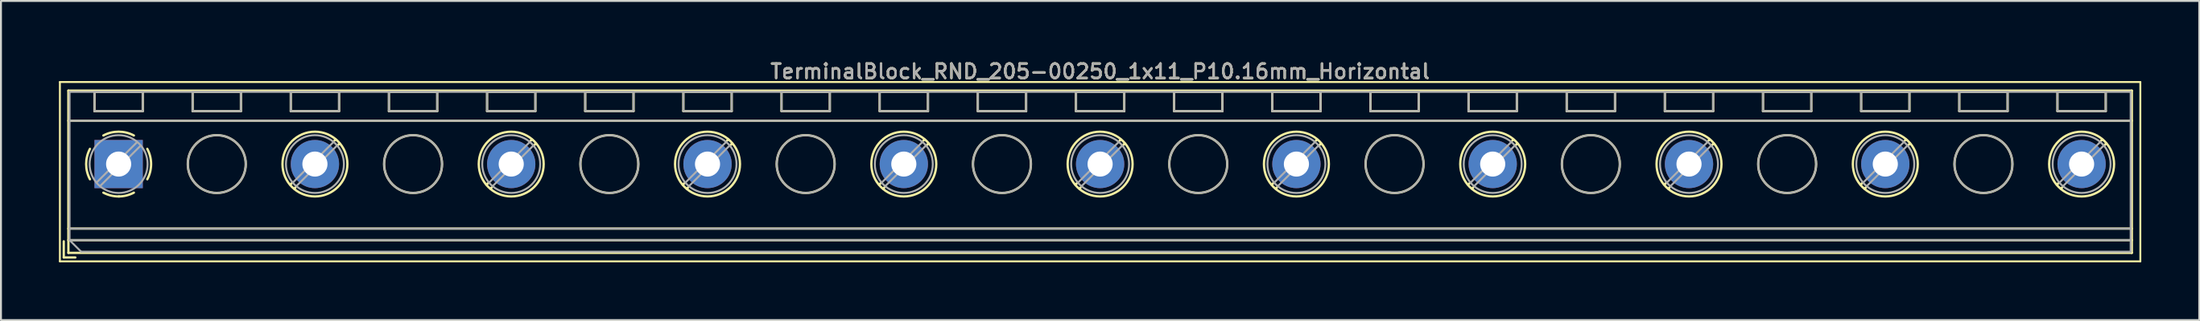
<source format=kicad_pcb>
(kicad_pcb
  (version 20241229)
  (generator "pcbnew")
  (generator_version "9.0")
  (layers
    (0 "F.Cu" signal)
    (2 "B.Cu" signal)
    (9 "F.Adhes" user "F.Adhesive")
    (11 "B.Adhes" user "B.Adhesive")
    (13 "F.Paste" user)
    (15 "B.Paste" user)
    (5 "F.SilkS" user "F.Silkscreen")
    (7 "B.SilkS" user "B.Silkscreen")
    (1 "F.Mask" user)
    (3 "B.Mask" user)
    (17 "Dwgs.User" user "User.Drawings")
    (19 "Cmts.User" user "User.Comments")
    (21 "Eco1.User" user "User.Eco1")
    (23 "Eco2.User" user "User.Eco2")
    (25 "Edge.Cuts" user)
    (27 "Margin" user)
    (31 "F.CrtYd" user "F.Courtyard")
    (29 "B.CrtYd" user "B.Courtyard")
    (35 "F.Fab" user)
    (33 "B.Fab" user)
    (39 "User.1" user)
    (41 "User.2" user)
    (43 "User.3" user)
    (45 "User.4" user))
  (footprint "TerminalBlock_RND_205-00250_1x11_P10.16mm_Horizontal"
    (layer "F.Cu")
    (at 3.09 5.468)
    (property "Reference" "TerminalBlock_RND_205-00250_1x11_P10.16mm_Horizontal" (at 50.8 -4.81 0) (layer "F.SilkS") (effects (font (size 0.75 0.75) (thickness 0.125))))
    (attr through_hole)
    (fp_line (start -3.04 -4.26) (end -3.04 5.05) (stroke (width 0.1) (type solid)) (layer "F.SilkS"))
    (fp_line (start -3.04 5.05) (end 104.64 5.05) (stroke (width 0.1) (type solid)) (layer "F.SilkS"))
    (fp_line (start -2.84 4.01) (end -2.84 4.85) (stroke (width 0.12) (type solid)) (layer "F.SilkS"))
    (fp_line (start -2.84 4.85) (end -2.24 4.85) (stroke (width 0.12) (type solid)) (layer "F.SilkS"))
    (fp_line (start -2.6 -3.811) (end -2.6 4.61) (stroke (width 0.12) (type solid)) (layer "F.SilkS"))
    (fp_line (start -2.6 -3.811) (end 104.2 -3.811) (stroke (width 0.12) (type solid)) (layer "F.SilkS"))
    (fp_line (start -2.6 -2.251) (end 104.2 -2.251) (stroke (width 0.12) (type solid)) (layer "F.SilkS"))
    (fp_line (start -2.6 3.35) (end 104.2 3.35) (stroke (width 0.12) (type solid)) (layer "F.SilkS"))
    (fp_line (start -2.6 3.95) (end 104.2 3.95) (stroke (width 0.12) (type solid)) (layer "F.SilkS"))
    (fp_line (start -2.6 4.61) (end 104.2 4.61) (stroke (width 0.12) (type solid)) (layer "F.SilkS"))
    (fp_line (start -1.25 -3.751) (end -1.25 -2.751) (stroke (width 0.12) (type solid)) (layer "F.SilkS"))
    (fp_line (start -1.25 -3.751) (end 1.25 -3.751) (stroke (width 0.12) (type solid)) (layer "F.SilkS"))
    (fp_line (start -1.25 -2.751) (end 1.25 -2.751) (stroke (width 0.12) (type solid)) (layer "F.SilkS"))
    (fp_line (start 1.25 -3.751) (end 1.25 -2.751) (stroke (width 0.12) (type solid)) (layer "F.SilkS"))
    (fp_line (start 3.83 -3.751) (end 3.83 -2.751) (stroke (width 0.12) (type solid)) (layer "F.SilkS"))
    (fp_line (start 3.83 -3.751) (end 6.33 -3.751) (stroke (width 0.12) (type solid)) (layer "F.SilkS"))
    (fp_line (start 3.83 -2.751) (end 6.33 -2.751) (stroke (width 0.12) (type solid)) (layer "F.SilkS"))
    (fp_line (start 6.33 -3.751) (end 6.33 -2.751) (stroke (width 0.12) (type solid)) (layer "F.SilkS"))
    (fp_line (start 8.91 -3.751) (end 8.91 -2.751) (stroke (width 0.12) (type solid)) (layer "F.SilkS"))
    (fp_line (start 8.91 -3.751) (end 11.41 -3.751) (stroke (width 0.12) (type solid)) (layer "F.SilkS"))
    (fp_line (start 8.91 -2.751) (end 11.41 -2.751) (stroke (width 0.12) (type solid)) (layer "F.SilkS"))
    (fp_line (start 8.98 0.976) (end 8.886 1.069) (stroke (width 0.12) (type solid)) (layer "F.SilkS"))
    (fp_line (start 9.15 1.216) (end 9.091 1.274) (stroke (width 0.12) (type solid)) (layer "F.SilkS"))
    (fp_line (start 11.23 -1.275) (end 11.171 -1.216) (stroke (width 0.12) (type solid)) (layer "F.SilkS"))
    (fp_line (start 11.41 -3.751) (end 11.41 -2.751) (stroke (width 0.12) (type solid)) (layer "F.SilkS"))
    (fp_line (start 11.435 -1.069) (end 11.341 -0.976) (stroke (width 0.12) (type solid)) (layer "F.SilkS"))
    (fp_line (start 13.99 -3.751) (end 13.99 -2.751) (stroke (width 0.12) (type solid)) (layer "F.SilkS"))
    (fp_line (start 13.99 -3.751) (end 16.49 -3.751) (stroke (width 0.12) (type solid)) (layer "F.SilkS"))
    (fp_line (start 13.99 -2.751) (end 16.49 -2.751) (stroke (width 0.12) (type solid)) (layer "F.SilkS"))
    (fp_line (start 16.49 -3.751) (end 16.49 -2.751) (stroke (width 0.12) (type solid)) (layer "F.SilkS"))
    (fp_line (start 19.07 -3.751) (end 19.07 -2.751) (stroke (width 0.12) (type solid)) (layer "F.SilkS"))
    (fp_line (start 19.07 -3.751) (end 21.57 -3.751) (stroke (width 0.12) (type solid)) (layer "F.SilkS"))
    (fp_line (start 19.07 -2.751) (end 21.57 -2.751) (stroke (width 0.12) (type solid)) (layer "F.SilkS"))
    (fp_line (start 19.14 0.976) (end 19.046 1.069) (stroke (width 0.12) (type solid)) (layer "F.SilkS"))
    (fp_line (start 19.31 1.216) (end 19.251 1.274) (stroke (width 0.12) (type solid)) (layer "F.SilkS"))
    (fp_line (start 21.39 -1.275) (end 21.331 -1.216) (stroke (width 0.12) (type solid)) (layer "F.SilkS"))
    (fp_line (start 21.57 -3.751) (end 21.57 -2.751) (stroke (width 0.12) (type solid)) (layer "F.SilkS"))
    (fp_line (start 21.595 -1.069) (end 21.501 -0.976) (stroke (width 0.12) (type solid)) (layer "F.SilkS"))
    (fp_line (start 24.15 -3.751) (end 24.15 -2.751) (stroke (width 0.12) (type solid)) (layer "F.SilkS"))
    (fp_line (start 24.15 -3.751) (end 26.65 -3.751) (stroke (width 0.12) (type solid)) (layer "F.SilkS"))
    (fp_line (start 24.15 -2.751) (end 26.65 -2.751) (stroke (width 0.12) (type solid)) (layer "F.SilkS"))
    (fp_line (start 26.65 -3.751) (end 26.65 -2.751) (stroke (width 0.12) (type solid)) (layer "F.SilkS"))
    (fp_line (start 29.23 -3.751) (end 29.23 -2.751) (stroke (width 0.12) (type solid)) (layer "F.SilkS"))
    (fp_line (start 29.23 -3.751) (end 31.73 -3.751) (stroke (width 0.12) (type solid)) (layer "F.SilkS"))
    (fp_line (start 29.23 -2.751) (end 31.73 -2.751) (stroke (width 0.12) (type solid)) (layer "F.SilkS"))
    (fp_line (start 29.3 0.976) (end 29.206 1.069) (stroke (width 0.12) (type solid)) (layer "F.SilkS"))
    (fp_line (start 29.47 1.216) (end 29.411 1.274) (stroke (width 0.12) (type solid)) (layer "F.SilkS"))
    (fp_line (start 31.55 -1.275) (end 31.491 -1.216) (stroke (width 0.12) (type solid)) (layer "F.SilkS"))
    (fp_line (start 31.73 -3.751) (end 31.73 -2.751) (stroke (width 0.12) (type solid)) (layer "F.SilkS"))
    (fp_line (start 31.755 -1.069) (end 31.661 -0.976) (stroke (width 0.12) (type solid)) (layer "F.SilkS"))
    (fp_line (start 34.31 -3.751) (end 34.31 -2.751) (stroke (width 0.12) (type solid)) (layer "F.SilkS"))
    (fp_line (start 34.31 -3.751) (end 36.81 -3.751) (stroke (width 0.12) (type solid)) (layer "F.SilkS"))
    (fp_line (start 34.31 -2.751) (end 36.81 -2.751) (stroke (width 0.12) (type solid)) (layer "F.SilkS"))
    (fp_line (start 36.81 -3.751) (end 36.81 -2.751) (stroke (width 0.12) (type solid)) (layer "F.SilkS"))
    (fp_line (start 39.39 -3.751) (end 39.39 -2.751) (stroke (width 0.12) (type solid)) (layer "F.SilkS"))
    (fp_line (start 39.39 -3.751) (end 41.89 -3.751) (stroke (width 0.12) (type solid)) (layer "F.SilkS"))
    (fp_line (start 39.39 -2.751) (end 41.89 -2.751) (stroke (width 0.12) (type solid)) (layer "F.SilkS"))
    (fp_line (start 39.46 0.976) (end 39.366 1.069) (stroke (width 0.12) (type solid)) (layer "F.SilkS"))
    (fp_line (start 39.63 1.216) (end 39.571 1.274) (stroke (width 0.12) (type solid)) (layer "F.SilkS"))
    (fp_line (start 41.71 -1.275) (end 41.651 -1.216) (stroke (width 0.12) (type solid)) (layer "F.SilkS"))
    (fp_line (start 41.89 -3.751) (end 41.89 -2.751) (stroke (width 0.12) (type solid)) (layer "F.SilkS"))
    (fp_line (start 41.915 -1.069) (end 41.821 -0.976) (stroke (width 0.12) (type solid)) (layer "F.SilkS"))
    (fp_line (start 44.47 -3.751) (end 44.47 -2.751) (stroke (width 0.12) (type solid)) (layer "F.SilkS"))
    (fp_line (start 44.47 -3.751) (end 46.97 -3.751) (stroke (width 0.12) (type solid)) (layer "F.SilkS"))
    (fp_line (start 44.47 -2.751) (end 46.97 -2.751) (stroke (width 0.12) (type solid)) (layer "F.SilkS"))
    (fp_line (start 46.97 -3.751) (end 46.97 -2.751) (stroke (width 0.12) (type solid)) (layer "F.SilkS"))
    (fp_line (start 49.55 -3.751) (end 49.55 -2.751) (stroke (width 0.12) (type solid)) (layer "F.SilkS"))
    (fp_line (start 49.55 -3.751) (end 52.05 -3.751) (stroke (width 0.12) (type solid)) (layer "F.SilkS"))
    (fp_line (start 49.55 -2.751) (end 52.05 -2.751) (stroke (width 0.12) (type solid)) (layer "F.SilkS"))
    (fp_line (start 49.62 0.976) (end 49.526 1.069) (stroke (width 0.12) (type solid)) (layer "F.SilkS"))
    (fp_line (start 49.79 1.216) (end 49.731 1.274) (stroke (width 0.12) (type solid)) (layer "F.SilkS"))
    (fp_line (start 51.87 -1.275) (end 51.811 -1.216) (stroke (width 0.12) (type solid)) (layer "F.SilkS"))
    (fp_line (start 52.05 -3.751) (end 52.05 -2.751) (stroke (width 0.12) (type solid)) (layer "F.SilkS"))
    (fp_line (start 52.075 -1.069) (end 51.981 -0.976) (stroke (width 0.12) (type solid)) (layer "F.SilkS"))
    (fp_line (start 54.63 -3.751) (end 54.63 -2.751) (stroke (width 0.12) (type solid)) (layer "F.SilkS"))
    (fp_line (start 54.63 -3.751) (end 57.13 -3.751) (stroke (width 0.12) (type solid)) (layer "F.SilkS"))
    (fp_line (start 54.63 -2.751) (end 57.13 -2.751) (stroke (width 0.12) (type solid)) (layer "F.SilkS"))
    (fp_line (start 57.13 -3.751) (end 57.13 -2.751) (stroke (width 0.12) (type solid)) (layer "F.SilkS"))
    (fp_line (start 59.71 -3.751) (end 59.71 -2.751) (stroke (width 0.12) (type solid)) (layer "F.SilkS"))
    (fp_line (start 59.71 -3.751) (end 62.21 -3.751) (stroke (width 0.12) (type solid)) (layer "F.SilkS"))
    (fp_line (start 59.71 -2.751) (end 62.21 -2.751) (stroke (width 0.12) (type solid)) (layer "F.SilkS"))
    (fp_line (start 59.78 0.976) (end 59.686 1.069) (stroke (width 0.12) (type solid)) (layer "F.SilkS"))
    (fp_line (start 59.95 1.216) (end 59.891 1.274) (stroke (width 0.12) (type solid)) (layer "F.SilkS"))
    (fp_line (start 62.03 -1.275) (end 61.971 -1.216) (stroke (width 0.12) (type solid)) (layer "F.SilkS"))
    (fp_line (start 62.21 -3.751) (end 62.21 -2.751) (stroke (width 0.12) (type solid)) (layer "F.SilkS"))
    (fp_line (start 62.235 -1.069) (end 62.141 -0.976) (stroke (width 0.12) (type solid)) (layer "F.SilkS"))
    (fp_line (start 64.791 -3.751) (end 64.791 -2.751) (stroke (width 0.12) (type solid)) (layer "F.SilkS"))
    (fp_line (start 64.791 -3.751) (end 67.29 -3.751) (stroke (width 0.12) (type solid)) (layer "F.SilkS"))
    (fp_line (start 64.791 -2.751) (end 67.29 -2.751) (stroke (width 0.12) (type solid)) (layer "F.SilkS"))
    (fp_line (start 67.29 -3.751) (end 67.29 -2.751) (stroke (width 0.12) (type solid)) (layer "F.SilkS"))
    (fp_line (start 69.87 -3.751) (end 69.87 -2.751) (stroke (width 0.12) (type solid)) (layer "F.SilkS"))
    (fp_line (start 69.87 -3.751) (end 72.37 -3.751) (stroke (width 0.12) (type solid)) (layer "F.SilkS"))
    (fp_line (start 69.87 -2.751) (end 72.37 -2.751) (stroke (width 0.12) (type solid)) (layer "F.SilkS"))
    (fp_line (start 69.94 0.976) (end 69.846 1.069) (stroke (width 0.12) (type solid)) (layer "F.SilkS"))
    (fp_line (start 70.11 1.216) (end 70.051 1.274) (stroke (width 0.12) (type solid)) (layer "F.SilkS"))
    (fp_line (start 72.19 -1.275) (end 72.131 -1.216) (stroke (width 0.12) (type solid)) (layer "F.SilkS"))
    (fp_line (start 72.37 -3.751) (end 72.37 -2.751) (stroke (width 0.12) (type solid)) (layer "F.SilkS"))
    (fp_line (start 72.395 -1.069) (end 72.301 -0.976) (stroke (width 0.12) (type solid)) (layer "F.SilkS"))
    (fp_line (start 74.95 -3.751) (end 74.95 -2.751) (stroke (width 0.12) (type solid)) (layer "F.SilkS"))
    (fp_line (start 74.95 -3.751) (end 77.45 -3.751) (stroke (width 0.12) (type solid)) (layer "F.SilkS"))
    (fp_line (start 74.95 -2.751) (end 77.45 -2.751) (stroke (width 0.12) (type solid)) (layer "F.SilkS"))
    (fp_line (start 77.45 -3.751) (end 77.45 -2.751) (stroke (width 0.12) (type solid)) (layer "F.SilkS"))
    (fp_line (start 80.03 -3.751) (end 80.03 -2.751) (stroke (width 0.12) (type solid)) (layer "F.SilkS"))
    (fp_line (start 80.03 -3.751) (end 82.53 -3.751) (stroke (width 0.12) (type solid)) (layer "F.SilkS"))
    (fp_line (start 80.03 -2.751) (end 82.53 -2.751) (stroke (width 0.12) (type solid)) (layer "F.SilkS"))
    (fp_line (start 80.1 0.976) (end 80.006 1.069) (stroke (width 0.12) (type solid)) (layer "F.SilkS"))
    (fp_line (start 80.27 1.216) (end 80.211 1.274) (stroke (width 0.12) (type solid)) (layer "F.SilkS"))
    (fp_line (start 82.35 -1.275) (end 82.291 -1.216) (stroke (width 0.12) (type solid)) (layer "F.SilkS"))
    (fp_line (start 82.53 -3.751) (end 82.53 -2.751) (stroke (width 0.12) (type solid)) (layer "F.SilkS"))
    (fp_line (start 82.555 -1.069) (end 82.461 -0.976) (stroke (width 0.12) (type solid)) (layer "F.SilkS"))
    (fp_line (start 85.11 -3.751) (end 85.11 -2.751) (stroke (width 0.12) (type solid)) (layer "F.SilkS"))
    (fp_line (start 85.11 -3.751) (end 87.61 -3.751) (stroke (width 0.12) (type solid)) (layer "F.SilkS"))
    (fp_line (start 85.11 -2.751) (end 87.61 -2.751) (stroke (width 0.12) (type solid)) (layer "F.SilkS"))
    (fp_line (start 87.61 -3.751) (end 87.61 -2.751) (stroke (width 0.12) (type solid)) (layer "F.SilkS"))
    (fp_line (start 90.19 -3.751) (end 90.19 -2.751) (stroke (width 0.12) (type solid)) (layer "F.SilkS"))
    (fp_line (start 90.19 -3.751) (end 92.69 -3.751) (stroke (width 0.12) (type solid)) (layer "F.SilkS"))
    (fp_line (start 90.19 -2.751) (end 92.69 -2.751) (stroke (width 0.12) (type solid)) (layer "F.SilkS"))
    (fp_line (start 90.26 0.976) (end 90.166 1.069) (stroke (width 0.12) (type solid)) (layer "F.SilkS"))
    (fp_line (start 90.43 1.216) (end 90.371 1.274) (stroke (width 0.12) (type solid)) (layer "F.SilkS"))
    (fp_line (start 92.51 -1.275) (end 92.451 -1.216) (stroke (width 0.12) (type solid)) (layer "F.SilkS"))
    (fp_line (start 92.69 -3.751) (end 92.69 -2.751) (stroke (width 0.12) (type solid)) (layer "F.SilkS"))
    (fp_line (start 92.715 -1.069) (end 92.621 -0.976) (stroke (width 0.12) (type solid)) (layer "F.SilkS"))
    (fp_line (start 95.27 -3.751) (end 95.27 -2.751) (stroke (width 0.12) (type solid)) (layer "F.SilkS"))
    (fp_line (start 95.27 -3.751) (end 97.77 -3.751) (stroke (width 0.12) (type solid)) (layer "F.SilkS"))
    (fp_line (start 95.27 -2.751) (end 97.77 -2.751) (stroke (width 0.12) (type solid)) (layer "F.SilkS"))
    (fp_line (start 97.77 -3.751) (end 97.77 -2.751) (stroke (width 0.12) (type solid)) (layer "F.SilkS"))
    (fp_line (start 100.35 -3.751) (end 100.35 -2.751) (stroke (width 0.12) (type solid)) (layer "F.SilkS"))
    (fp_line (start 100.35 -3.751) (end 102.85 -3.751) (stroke (width 0.12) (type solid)) (layer "F.SilkS"))
    (fp_line (start 100.35 -2.751) (end 102.85 -2.751) (stroke (width 0.12) (type solid)) (layer "F.SilkS"))
    (fp_line (start 100.42 0.976) (end 100.326 1.069) (stroke (width 0.12) (type solid)) (layer "F.SilkS"))
    (fp_line (start 100.59 1.216) (end 100.531 1.274) (stroke (width 0.12) (type solid)) (layer "F.SilkS"))
    (fp_line (start 102.67 -1.275) (end 102.611 -1.216) (stroke (width 0.12) (type solid)) (layer "F.SilkS"))
    (fp_line (start 102.85 -3.751) (end 102.85 -2.751) (stroke (width 0.12) (type solid)) (layer "F.SilkS"))
    (fp_line (start 102.875 -1.069) (end 102.781 -0.976) (stroke (width 0.12) (type solid)) (layer "F.SilkS"))
    (fp_line (start 104.2 -3.811) (end 104.2 4.61) (stroke (width 0.12) (type solid)) (layer "F.SilkS"))
    (fp_line (start 104.64 -4.26) (end -3.04 -4.26) (stroke (width 0.1) (type solid)) (layer "F.SilkS"))
    (fp_line (start 104.64 5.05) (end 104.64 -4.26) (stroke (width 0.1) (type solid)) (layer "F.SilkS"))
    (fp_arc (start -1.483953 0.789089) (mid -1.680708 0.00005) (end -1.484 -0.789) (stroke (width 0.12) (type solid)) (layer "F.SilkS"))
    (fp_arc (start -0.789089 -1.483953) (mid -0.00005 -1.680708) (end 0.789 -1.484) (stroke (width 0.12) (type solid)) (layer "F.SilkS"))
    (fp_arc (start 0.029383 1.68045) (mid -0.392304 1.634281) (end -0.789 1.484) (stroke (width 0.12) (type solid)) (layer "F.SilkS"))
    (fp_arc (start 0.788712 1.483352) (mid 0.406429 1.630097) (end 0 1.68) (stroke (width 0.12) (type solid)) (layer "F.SilkS"))
    (fp_arc (start 1.483953 -0.789089) (mid 1.680708 -0.00005) (end 1.484 0.789) (stroke (width 0.12) (type solid)) (layer "F.SilkS"))
    (fp_circle (center 5.08 0) (end 6.58 0) (stroke (width 0.12) (type solid)) (fill no) (layer "F.SilkS"))
    (fp_circle (center 10.16 0) (end 11.84 0) (stroke (width 0.12) (type solid)) (fill no) (layer "F.SilkS"))
    (fp_circle (center 15.24 0) (end 16.74 0) (stroke (width 0.12) (type solid)) (fill no) (layer "F.SilkS"))
    (fp_circle (center 20.32 0) (end 22 0) (stroke (width 0.12) (type solid)) (fill no) (layer "F.SilkS"))
    (fp_circle (center 25.4 0) (end 26.9 0) (stroke (width 0.12) (type solid)) (fill no) (layer "F.SilkS"))
    (fp_circle (center 30.48 0) (end 32.16 0) (stroke (width 0.12) (type solid)) (fill no) (layer "F.SilkS"))
    (fp_circle (center 35.56 0) (end 37.06 0) (stroke (width 0.12) (type solid)) (fill no) (layer "F.SilkS"))
    (fp_circle (center 40.64 0) (end 42.32 0) (stroke (width 0.12) (type solid)) (fill no) (layer "F.SilkS"))
    (fp_circle (center 45.72 0) (end 47.22 0) (stroke (width 0.12) (type solid)) (fill no) (layer "F.SilkS"))
    (fp_circle (center 50.8 0) (end 52.48 0) (stroke (width 0.12) (type solid)) (fill no) (layer "F.SilkS"))
    (fp_circle (center 55.88 0) (end 57.38 0) (stroke (width 0.12) (type solid)) (fill no) (layer "F.SilkS"))
    (fp_circle (center 60.96 0) (end 62.64 0) (stroke (width 0.12) (type solid)) (fill no) (layer "F.SilkS"))
    (fp_circle (center 66.04 0) (end 67.54 0) (stroke (width 0.12) (type solid)) (fill no) (layer "F.SilkS"))
    (fp_circle (center 71.12 0) (end 72.8 0) (stroke (width 0.12) (type solid)) (fill no) (layer "F.SilkS"))
    (fp_circle (center 76.2 0) (end 77.7 0) (stroke (width 0.12) (type solid)) (fill no) (layer "F.SilkS"))
    (fp_circle (center 81.28 0) (end 82.96 0) (stroke (width 0.12) (type solid)) (fill no) (layer "F.SilkS"))
    (fp_circle (center 86.36 0) (end 87.86 0) (stroke (width 0.12) (type solid)) (fill no) (layer "F.SilkS"))
    (fp_circle (center 91.44 0) (end 93.12 0) (stroke (width 0.12) (type solid)) (fill no) (layer "F.SilkS"))
    (fp_circle (center 96.52 0) (end 98.02 0) (stroke (width 0.12) (type solid)) (fill no) (layer "F.SilkS"))
    (fp_circle (center 101.6 0) (end 103.28 0) (stroke (width 0.12) (type solid)) (fill no) (layer "F.SilkS"))
    (fp_line (start -2.54 -3.75) (end 104.14 -3.75) (stroke (width 0.1) (type solid)) (layer "F.Fab"))
    (fp_line (start -2.54 -2.25) (end 104.14 -2.25) (stroke (width 0.1) (type solid)) (layer "F.Fab"))
    (fp_line (start -2.54 3.35) (end 104.14 3.35) (stroke (width 0.1) (type solid)) (layer "F.Fab"))
    (fp_line (start -2.54 3.95) (end -2.54 -3.75) (stroke (width 0.1) (type solid)) (layer "F.Fab"))
    (fp_line (start -2.54 3.95) (end 104.14 3.95) (stroke (width 0.1) (type solid)) (layer "F.Fab"))
    (fp_line (start -1.94 4.55) (end -2.54 3.95) (stroke (width 0.1) (type solid)) (layer "F.Fab"))
    (fp_line (start -1.25 -3.75) (end -1.25 -2.75) (stroke (width 0.1) (type solid)) (layer "F.Fab"))
    (fp_line (start -1.25 -2.75) (end 1.25 -2.75) (stroke (width 0.1) (type solid)) (layer "F.Fab"))
    (fp_line (start 0.955 -1.138) (end -1.138 0.955) (stroke (width 0.1) (type solid)) (layer "F.Fab"))
    (fp_line (start 1.138 -0.955) (end -0.955 1.138) (stroke (width 0.1) (type solid)) (layer "F.Fab"))
    (fp_line (start 1.25 -3.75) (end -1.25 -3.75) (stroke (width 0.1) (type solid)) (layer "F.Fab"))
    (fp_line (start 1.25 -2.75) (end 1.25 -3.75) (stroke (width 0.1) (type solid)) (layer "F.Fab"))
    (fp_line (start 3.83 -3.75) (end 3.83 -2.75) (stroke (width 0.1) (type solid)) (layer "F.Fab"))
    (fp_line (start 3.83 -2.75) (end 6.33 -2.75) (stroke (width 0.1) (type solid)) (layer "F.Fab"))
    (fp_line (start 6.33 -3.75) (end 3.83 -3.75) (stroke (width 0.1) (type solid)) (layer "F.Fab"))
    (fp_line (start 6.33 -2.75) (end 6.33 -3.75) (stroke (width 0.1) (type solid)) (layer "F.Fab"))
    (fp_line (start 8.91 -3.75) (end 8.91 -2.75) (stroke (width 0.1) (type solid)) (layer "F.Fab"))
    (fp_line (start 8.91 -2.75) (end 11.41 -2.75) (stroke (width 0.1) (type solid)) (layer "F.Fab"))
    (fp_line (start 11.115 -1.138) (end 9.023 0.955) (stroke (width 0.1) (type solid)) (layer "F.Fab"))
    (fp_line (start 11.298 -0.955) (end 9.206 1.138) (stroke (width 0.1) (type solid)) (layer "F.Fab"))
    (fp_line (start 11.41 -3.75) (end 8.91 -3.75) (stroke (width 0.1) (type solid)) (layer "F.Fab"))
    (fp_line (start 11.41 -2.75) (end 11.41 -3.75) (stroke (width 0.1) (type solid)) (layer "F.Fab"))
    (fp_line (start 13.99 -3.75) (end 13.99 -2.75) (stroke (width 0.1) (type solid)) (layer "F.Fab"))
    (fp_line (start 13.99 -2.75) (end 16.49 -2.75) (stroke (width 0.1) (type solid)) (layer "F.Fab"))
    (fp_line (start 16.49 -3.75) (end 13.99 -3.75) (stroke (width 0.1) (type solid)) (layer "F.Fab"))
    (fp_line (start 16.49 -2.75) (end 16.49 -3.75) (stroke (width 0.1) (type solid)) (layer "F.Fab"))
    (fp_line (start 19.07 -3.75) (end 19.07 -2.75) (stroke (width 0.1) (type solid)) (layer "F.Fab"))
    (fp_line (start 19.07 -2.75) (end 21.57 -2.75) (stroke (width 0.1) (type solid)) (layer "F.Fab"))
    (fp_line (start 21.275 -1.138) (end 19.183 0.955) (stroke (width 0.1) (type solid)) (layer "F.Fab"))
    (fp_line (start 21.458 -0.955) (end 19.366 1.138) (stroke (width 0.1) (type solid)) (layer "F.Fab"))
    (fp_line (start 21.57 -3.75) (end 19.07 -3.75) (stroke (width 0.1) (type solid)) (layer "F.Fab"))
    (fp_line (start 21.57 -2.75) (end 21.57 -3.75) (stroke (width 0.1) (type solid)) (layer "F.Fab"))
    (fp_line (start 24.15 -3.75) (end 24.15 -2.75) (stroke (width 0.1) (type solid)) (layer "F.Fab"))
    (fp_line (start 24.15 -2.75) (end 26.65 -2.75) (stroke (width 0.1) (type solid)) (layer "F.Fab"))
    (fp_line (start 26.65 -3.75) (end 24.15 -3.75) (stroke (width 0.1) (type solid)) (layer "F.Fab"))
    (fp_line (start 26.65 -2.75) (end 26.65 -3.75) (stroke (width 0.1) (type solid)) (layer "F.Fab"))
    (fp_line (start 29.23 -3.75) (end 29.23 -2.75) (stroke (width 0.1) (type solid)) (layer "F.Fab"))
    (fp_line (start 29.23 -2.75) (end 31.73 -2.75) (stroke (width 0.1) (type solid)) (layer "F.Fab"))
    (fp_line (start 31.435 -1.138) (end 29.343 0.955) (stroke (width 0.1) (type solid)) (layer "F.Fab"))
    (fp_line (start 31.618 -0.955) (end 29.526 1.138) (stroke (width 0.1) (type solid)) (layer "F.Fab"))
    (fp_line (start 31.73 -3.75) (end 29.23 -3.75) (stroke (width 0.1) (type solid)) (layer "F.Fab"))
    (fp_line (start 31.73 -2.75) (end 31.73 -3.75) (stroke (width 0.1) (type solid)) (layer "F.Fab"))
    (fp_line (start 34.31 -3.75) (end 34.31 -2.75) (stroke (width 0.1) (type solid)) (layer "F.Fab"))
    (fp_line (start 34.31 -2.75) (end 36.81 -2.75) (stroke (width 0.1) (type solid)) (layer "F.Fab"))
    (fp_line (start 36.81 -3.75) (end 34.31 -3.75) (stroke (width 0.1) (type solid)) (layer "F.Fab"))
    (fp_line (start 36.81 -2.75) (end 36.81 -3.75) (stroke (width 0.1) (type solid)) (layer "F.Fab"))
    (fp_line (start 39.39 -3.75) (end 39.39 -2.75) (stroke (width 0.1) (type solid)) (layer "F.Fab"))
    (fp_line (start 39.39 -2.75) (end 41.89 -2.75) (stroke (width 0.1) (type solid)) (layer "F.Fab"))
    (fp_line (start 41.595 -1.138) (end 39.503 0.955) (stroke (width 0.1) (type solid)) (layer "F.Fab"))
    (fp_line (start 41.778 -0.955) (end 39.686 1.138) (stroke (width 0.1) (type solid)) (layer "F.Fab"))
    (fp_line (start 41.89 -3.75) (end 39.39 -3.75) (stroke (width 0.1) (type solid)) (layer "F.Fab"))
    (fp_line (start 41.89 -2.75) (end 41.89 -3.75) (stroke (width 0.1) (type solid)) (layer "F.Fab"))
    (fp_line (start 44.47 -3.75) (end 44.47 -2.75) (stroke (width 0.1) (type solid)) (layer "F.Fab"))
    (fp_line (start 44.47 -2.75) (end 46.97 -2.75) (stroke (width 0.1) (type solid)) (layer "F.Fab"))
    (fp_line (start 46.97 -3.75) (end 44.47 -3.75) (stroke (width 0.1) (type solid)) (layer "F.Fab"))
    (fp_line (start 46.97 -2.75) (end 46.97 -3.75) (stroke (width 0.1) (type solid)) (layer "F.Fab"))
    (fp_line (start 49.55 -3.75) (end 49.55 -2.75) (stroke (width 0.1) (type solid)) (layer "F.Fab"))
    (fp_line (start 49.55 -2.75) (end 52.05 -2.75) (stroke (width 0.1) (type solid)) (layer "F.Fab"))
    (fp_line (start 51.755 -1.138) (end 49.663 0.955) (stroke (width 0.1) (type solid)) (layer "F.Fab"))
    (fp_line (start 51.938 -0.955) (end 49.846 1.138) (stroke (width 0.1) (type solid)) (layer "F.Fab"))
    (fp_line (start 52.05 -3.75) (end 49.55 -3.75) (stroke (width 0.1) (type solid)) (layer "F.Fab"))
    (fp_line (start 52.05 -2.75) (end 52.05 -3.75) (stroke (width 0.1) (type solid)) (layer "F.Fab"))
    (fp_line (start 54.63 -3.75) (end 54.63 -2.75) (stroke (width 0.1) (type solid)) (layer "F.Fab"))
    (fp_line (start 54.63 -2.75) (end 57.13 -2.75) (stroke (width 0.1) (type solid)) (layer "F.Fab"))
    (fp_line (start 57.13 -3.75) (end 54.63 -3.75) (stroke (width 0.1) (type solid)) (layer "F.Fab"))
    (fp_line (start 57.13 -2.75) (end 57.13 -3.75) (stroke (width 0.1) (type solid)) (layer "F.Fab"))
    (fp_line (start 59.71 -3.75) (end 59.71 -2.75) (stroke (width 0.1) (type solid)) (layer "F.Fab"))
    (fp_line (start 59.71 -2.75) (end 62.21 -2.75) (stroke (width 0.1) (type solid)) (layer "F.Fab"))
    (fp_line (start 61.915 -1.138) (end 59.823 0.955) (stroke (width 0.1) (type solid)) (layer "F.Fab"))
    (fp_line (start 62.098 -0.955) (end 60.006 1.138) (stroke (width 0.1) (type solid)) (layer "F.Fab"))
    (fp_line (start 62.21 -3.75) (end 59.71 -3.75) (stroke (width 0.1) (type solid)) (layer "F.Fab"))
    (fp_line (start 62.21 -2.75) (end 62.21 -3.75) (stroke (width 0.1) (type solid)) (layer "F.Fab"))
    (fp_line (start 64.79 -3.75) (end 64.79 -2.75) (stroke (width 0.1) (type solid)) (layer "F.Fab"))
    (fp_line (start 64.79 -2.75) (end 67.29 -2.75) (stroke (width 0.1) (type solid)) (layer "F.Fab"))
    (fp_line (start 67.29 -3.75) (end 64.79 -3.75) (stroke (width 0.1) (type solid)) (layer "F.Fab"))
    (fp_line (start 67.29 -2.75) (end 67.29 -3.75) (stroke (width 0.1) (type solid)) (layer "F.Fab"))
    (fp_line (start 69.87 -3.75) (end 69.87 -2.75) (stroke (width 0.1) (type solid)) (layer "F.Fab"))
    (fp_line (start 69.87 -2.75) (end 72.37 -2.75) (stroke (width 0.1) (type solid)) (layer "F.Fab"))
    (fp_line (start 72.075 -1.138) (end 69.983 0.955) (stroke (width 0.1) (type solid)) (layer "F.Fab"))
    (fp_line (start 72.258 -0.955) (end 70.166 1.138) (stroke (width 0.1) (type solid)) (layer "F.Fab"))
    (fp_line (start 72.37 -3.75) (end 69.87 -3.75) (stroke (width 0.1) (type solid)) (layer "F.Fab"))
    (fp_line (start 72.37 -2.75) (end 72.37 -3.75) (stroke (width 0.1) (type solid)) (layer "F.Fab"))
    (fp_line (start 74.95 -3.75) (end 74.95 -2.75) (stroke (width 0.1) (type solid)) (layer "F.Fab"))
    (fp_line (start 74.95 -2.75) (end 77.45 -2.75) (stroke (width 0.1) (type solid)) (layer "F.Fab"))
    (fp_line (start 77.45 -3.75) (end 74.95 -3.75) (stroke (width 0.1) (type solid)) (layer "F.Fab"))
    (fp_line (start 77.45 -2.75) (end 77.45 -3.75) (stroke (width 0.1) (type solid)) (layer "F.Fab"))
    (fp_line (start 80.03 -3.75) (end 80.03 -2.75) (stroke (width 0.1) (type solid)) (layer "F.Fab"))
    (fp_line (start 80.03 -2.75) (end 82.53 -2.75) (stroke (width 0.1) (type solid)) (layer "F.Fab"))
    (fp_line (start 82.235 -1.138) (end 80.143 0.955) (stroke (width 0.1) (type solid)) (layer "F.Fab"))
    (fp_line (start 82.418 -0.955) (end 80.326 1.138) (stroke (width 0.1) (type solid)) (layer "F.Fab"))
    (fp_line (start 82.53 -3.75) (end 80.03 -3.75) (stroke (width 0.1) (type solid)) (layer "F.Fab"))
    (fp_line (start 82.53 -2.75) (end 82.53 -3.75) (stroke (width 0.1) (type solid)) (layer "F.Fab"))
    (fp_line (start 85.11 -3.75) (end 85.11 -2.75) (stroke (width 0.1) (type solid)) (layer "F.Fab"))
    (fp_line (start 85.11 -2.75) (end 87.61 -2.75) (stroke (width 0.1) (type solid)) (layer "F.Fab"))
    (fp_line (start 87.61 -3.75) (end 85.11 -3.75) (stroke (width 0.1) (type solid)) (layer "F.Fab"))
    (fp_line (start 87.61 -2.75) (end 87.61 -3.75) (stroke (width 0.1) (type solid)) (layer "F.Fab"))
    (fp_line (start 90.19 -3.75) (end 90.19 -2.75) (stroke (width 0.1) (type solid)) (layer "F.Fab"))
    (fp_line (start 90.19 -2.75) (end 92.69 -2.75) (stroke (width 0.1) (type solid)) (layer "F.Fab"))
    (fp_line (start 92.395 -1.138) (end 90.303 0.955) (stroke (width 0.1) (type solid)) (layer "F.Fab"))
    (fp_line (start 92.578 -0.955) (end 90.486 1.138) (stroke (width 0.1) (type solid)) (layer "F.Fab"))
    (fp_line (start 92.69 -3.75) (end 90.19 -3.75) (stroke (width 0.1) (type solid)) (layer "F.Fab"))
    (fp_line (start 92.69 -2.75) (end 92.69 -3.75) (stroke (width 0.1) (type solid)) (layer "F.Fab"))
    (fp_line (start 95.27 -3.75) (end 95.27 -2.75) (stroke (width 0.1) (type solid)) (layer "F.Fab"))
    (fp_line (start 95.27 -2.75) (end 97.77 -2.75) (stroke (width 0.1) (type solid)) (layer "F.Fab"))
    (fp_line (start 97.77 -3.75) (end 95.27 -3.75) (stroke (width 0.1) (type solid)) (layer "F.Fab"))
    (fp_line (start 97.77 -2.75) (end 97.77 -3.75) (stroke (width 0.1) (type solid)) (layer "F.Fab"))
    (fp_line (start 100.35 -3.75) (end 100.35 -2.75) (stroke (width 0.1) (type solid)) (layer "F.Fab"))
    (fp_line (start 100.35 -2.75) (end 102.85 -2.75) (stroke (width 0.1) (type solid)) (layer "F.Fab"))
    (fp_line (start 102.555 -1.138) (end 100.463 0.955) (stroke (width 0.1) (type solid)) (layer "F.Fab"))
    (fp_line (start 102.738 -0.955) (end 100.646 1.138) (stroke (width 0.1) (type solid)) (layer "F.Fab"))
    (fp_line (start 102.85 -3.75) (end 100.35 -3.75) (stroke (width 0.1) (type solid)) (layer "F.Fab"))
    (fp_line (start 102.85 -2.75) (end 102.85 -3.75) (stroke (width 0.1) (type solid)) (layer "F.Fab"))
    (fp_line (start 104.14 -3.75) (end 104.14 4.55) (stroke (width 0.1) (type solid)) (layer "F.Fab"))
    (fp_line (start 104.14 4.55) (end -1.94 4.55) (stroke (width 0.1) (type solid)) (layer "F.Fab"))
    (fp_circle (center 0 0) (end 1.5 0) (stroke (width 0.1) (type solid)) (fill no) (layer "F.Fab"))
    (fp_circle (center 5.08 0) (end 6.58 0) (stroke (width 0.1) (type solid)) (fill no) (layer "F.Fab"))
    (fp_circle (center 10.16 0) (end 11.66 0) (stroke (width 0.1) (type solid)) (fill no) (layer "F.Fab"))
    (fp_circle (center 15.24 0) (end 16.74 0) (stroke (width 0.1) (type solid)) (fill no) (layer "F.Fab"))
    (fp_circle (center 20.32 0) (end 21.82 0) (stroke (width 0.1) (type solid)) (fill no) (layer "F.Fab"))
    (fp_circle (center 25.4 0) (end 26.9 0) (stroke (width 0.1) (type solid)) (fill no) (layer "F.Fab"))
    (fp_circle (center 30.48 0) (end 31.98 0) (stroke (width 0.1) (type solid)) (fill no) (layer "F.Fab"))
    (fp_circle (center 35.56 0) (end 37.06 0) (stroke (width 0.1) (type solid)) (fill no) (layer "F.Fab"))
    (fp_circle (center 40.64 0) (end 42.14 0) (stroke (width 0.1) (type solid)) (fill no) (layer "F.Fab"))
    (fp_circle (center 45.72 0) (end 47.22 0) (stroke (width 0.1) (type solid)) (fill no) (layer "F.Fab"))
    (fp_circle (center 50.8 0) (end 52.3 0) (stroke (width 0.1) (type solid)) (fill no) (layer "F.Fab"))
    (fp_circle (center 55.88 0) (end 57.38 0) (stroke (width 0.1) (type solid)) (fill no) (layer "F.Fab"))
    (fp_circle (center 60.96 0) (end 62.46 0) (stroke (width 0.1) (type solid)) (fill no) (layer "F.Fab"))
    (fp_circle (center 66.04 0) (end 67.54 0) (stroke (width 0.1) (type solid)) (fill no) (layer "F.Fab"))
    (fp_circle (center 71.12 0) (end 72.62 0) (stroke (width 0.1) (type solid)) (fill no) (layer "F.Fab"))
    (fp_circle (center 76.2 0) (end 77.7 0) (stroke (width 0.1) (type solid)) (fill no) (layer "F.Fab"))
    (fp_circle (center 81.28 0) (end 82.78 0) (stroke (width 0.1) (type solid)) (fill no) (layer "F.Fab"))
    (fp_circle (center 86.36 0) (end 87.86 0) (stroke (width 0.1) (type solid)) (fill no) (layer "F.Fab"))
    (fp_circle (center 91.44 0) (end 92.94 0) (stroke (width 0.1) (type solid)) (fill no) (layer "F.Fab"))
    (fp_circle (center 96.52 0) (end 98.02 0) (stroke (width 0.1) (type solid)) (fill no) (layer "F.Fab"))
    (fp_circle (center 101.6 0) (end 103.1 0) (stroke (width 0.1) (type solid)) (fill no) (layer "F.Fab"))
    (fp_text user "${REFERENCE}" (at 50.8 -4.81 0) (layer "F.Fab") (effects (font (size 0.75 0.75) (thickness 0.125))))
    (pad "1" thru_hole rect (at 0 0) (size 2.5 2.5) (drill 1.3) (layers "*.Cu" "*.Mask"))
    (pad "2" thru_hole circle (at 10.16 0) (size 2.5 2.5) (drill 1.3) (layers "*.Cu" "*.Mask"))
    (pad "3" thru_hole circle (at 20.32 0) (size 2.5 2.5) (drill 1.3) (layers "*.Cu" "*.Mask"))
    (pad "4" thru_hole circle (at 30.48 0) (size 2.5 2.5) (drill 1.3) (layers "*.Cu" "*.Mask"))
    (pad "5" thru_hole circle (at 40.64 0) (size 2.5 2.5) (drill 1.3) (layers "*.Cu" "*.Mask"))
    (pad "6" thru_hole circle (at 50.8 0) (size 2.5 2.5) (drill 1.3) (layers "*.Cu" "*.Mask"))
    (pad "7" thru_hole circle (at 60.96 0) (size 2.5 2.5) (drill 1.3) (layers "*.Cu" "*.Mask"))
    (pad "8" thru_hole circle (at 71.12 0) (size 2.5 2.5) (drill 1.3) (layers "*.Cu" "*.Mask"))
    (pad "9" thru_hole circle (at 81.28 0) (size 2.5 2.5) (drill 1.3) (layers "*.Cu" "*.Mask"))
    (pad "10" thru_hole circle (at 91.44 0) (size 2.5 2.5) (drill 1.3) (layers "*.Cu" "*.Mask"))
    (pad "11" thru_hole circle (at 101.6 0) (size 2.5 2.5) (drill 1.3) (layers "*.Cu" "*.Mask")))
  (gr_rect
    (start -3 -3)
    (end 110.78 13.568)
    (stroke (width 0.1) (type default))
    (fill no)
    (layer "Edge.Cuts")))
</source>
